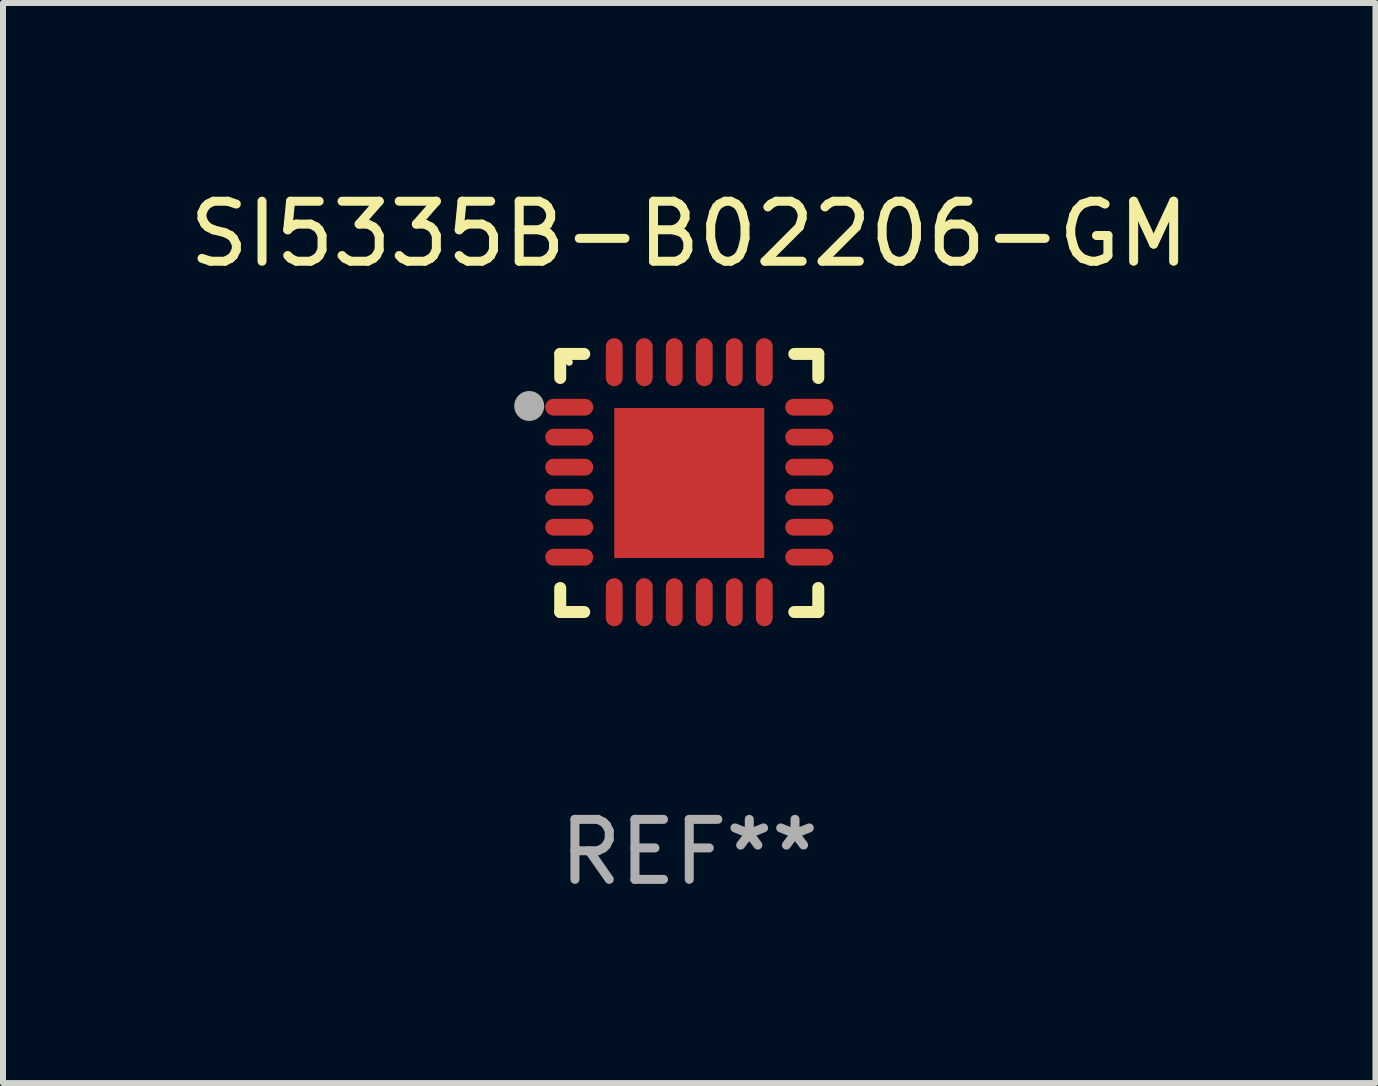
<source format=kicad_pcb>
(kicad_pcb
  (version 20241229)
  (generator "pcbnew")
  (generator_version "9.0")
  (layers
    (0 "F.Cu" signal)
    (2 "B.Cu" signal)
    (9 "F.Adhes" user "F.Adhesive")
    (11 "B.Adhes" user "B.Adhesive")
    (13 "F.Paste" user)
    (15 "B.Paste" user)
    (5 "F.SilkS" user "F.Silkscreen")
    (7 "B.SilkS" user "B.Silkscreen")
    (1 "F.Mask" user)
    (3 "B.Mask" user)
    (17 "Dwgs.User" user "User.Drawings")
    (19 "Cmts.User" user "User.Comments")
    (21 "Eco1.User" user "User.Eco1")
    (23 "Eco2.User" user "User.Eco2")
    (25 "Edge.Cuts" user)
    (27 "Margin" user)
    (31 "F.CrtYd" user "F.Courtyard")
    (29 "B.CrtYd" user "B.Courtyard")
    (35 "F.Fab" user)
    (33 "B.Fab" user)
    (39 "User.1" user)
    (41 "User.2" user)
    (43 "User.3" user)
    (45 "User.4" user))
  (footprint "SI5335B-B02206-GM"
    (layer "F.Cu")
    (at 8.435 4.998)
    (property "Reference" "SI5335B-B02206-GM" (at 0 -4.15 0) (layer "F.SilkS") (effects (font (size 1 1) (thickness 0.15))))
    (attr through_hole)
    (fp_line (start -2.15 -2.15) (end -1.75 -2.15) (stroke (width 0.2) (type solid)) (layer "F.SilkS"))
    (fp_line (start -2.15 -1.75) (end -2.15 -2.15) (stroke (width 0.2) (type solid)) (layer "F.SilkS"))
    (fp_line (start -2.15 2.15) (end -2.15 1.75) (stroke (width 0.2) (type solid)) (layer "F.SilkS"))
    (fp_line (start -1.75 2.15) (end -2.15 2.15) (stroke (width 0.2) (type solid)) (layer "F.SilkS"))
    (fp_line (start 1.75 -2.15) (end 2.15 -2.15) (stroke (width 0.2) (type solid)) (layer "F.SilkS"))
    (fp_line (start 1.75 2.15) (end 2.15 2.15) (stroke (width 0.2) (type solid)) (layer "F.SilkS"))
    (fp_line (start 2.15 -2.15) (end 2.15 -1.75) (stroke (width 0.2) (type solid)) (layer "F.SilkS"))
    (fp_line (start 2.15 2.15) (end 2.15 1.75) (stroke (width 0.2) (type solid)) (layer "F.SilkS"))
    (fp_circle (center -2 -2.013) (end -1.97 -2.013) (stroke (width 0.06) (type solid)) (fill no) (layer "F.SilkS"))
    (fp_circle (center -2.667 -1.283) (end -2.542 -1.283) (stroke (width 0.25) (type solid)) (fill no) (layer "F.Fab"))
    (fp_text user "REF**" (at 0 6.15 0) (layer "F.Fab") (effects (font (size 1 1) (thickness 0.15))))
    (pad "1" smd oval (at -2 -1.263) (size 0.8 0.28) (layers "F.Cu" "F.Mask" "F.Paste"))
    (pad "2" smd oval (at -2 -0.763) (size 0.8 0.28) (layers "F.Cu" "F.Mask" "F.Paste"))
    (pad "3" smd oval (at -2 -0.263) (size 0.8 0.28) (layers "F.Cu" "F.Mask" "F.Paste"))
    (pad "4" smd oval (at -2 0.237) (size 0.8 0.28) (layers "F.Cu" "F.Mask" "F.Paste"))
    (pad "5" smd oval (at -2 0.737) (size 0.8 0.28) (layers "F.Cu" "F.Mask" "F.Paste"))
    (pad "6" smd oval (at -2 1.237) (size 0.8 0.28) (layers "F.Cu" "F.Mask" "F.Paste"))
    (pad "7" smd oval (at -1.25 1.987) (size 0.28 0.8) (layers "F.Cu" "F.Mask" "F.Paste"))
    (pad "8" smd oval (at -0.75 1.987) (size 0.28 0.8) (layers "F.Cu" "F.Mask" "F.Paste"))
    (pad "9" smd oval (at -0.25 1.987) (size 0.28 0.8) (layers "F.Cu" "F.Mask" "F.Paste"))
    (pad "10" smd oval (at 0.25 1.987) (size 0.28 0.8) (layers "F.Cu" "F.Mask" "F.Paste"))
    (pad "11" smd oval (at 0.75 1.987) (size 0.28 0.8) (layers "F.Cu" "F.Mask" "F.Paste"))
    (pad "12" smd oval (at 1.25 1.987) (size 0.28 0.8) (layers "F.Cu" "F.Mask" "F.Paste"))
    (pad "13" smd oval (at 2 1.237) (size 0.8 0.28) (layers "F.Cu" "F.Mask" "F.Paste"))
    (pad "14" smd oval (at 2 0.737) (size 0.8 0.28) (layers "F.Cu" "F.Mask" "F.Paste"))
    (pad "15" smd oval (at 2 0.237) (size 0.8 0.28) (layers "F.Cu" "F.Mask" "F.Paste"))
    (pad "16" smd oval (at 2 -0.263) (size 0.8 0.28) (layers "F.Cu" "F.Mask" "F.Paste"))
    (pad "17" smd oval (at 2 -0.763) (size 0.8 0.28) (layers "F.Cu" "F.Mask" "F.Paste"))
    (pad "18" smd oval (at 2 -1.263) (size 0.8 0.28) (layers "F.Cu" "F.Mask" "F.Paste"))
    (pad "19" smd oval (at 1.25 -2.013) (size 0.28 0.8) (layers "F.Cu" "F.Mask" "F.Paste"))
    (pad "20" smd oval (at 0.75 -2.013) (size 0.28 0.8) (layers "F.Cu" "F.Mask" "F.Paste"))
    (pad "21" smd oval (at 0.25 -2.013) (size 0.28 0.8) (layers "F.Cu" "F.Mask" "F.Paste"))
    (pad "22" smd oval (at -0.25 -2.013) (size 0.28 0.8) (layers "F.Cu" "F.Mask" "F.Paste"))
    (pad "23" smd oval (at -0.75 -2.013) (size 0.28 0.8) (layers "F.Cu" "F.Mask" "F.Paste"))
    (pad "24" smd oval (at -1.25 -2.013) (size 0.28 0.8) (layers "F.Cu" "F.Mask" "F.Paste"))
    (pad "25" smd rect (at -0.000127 -0.00014) (size 2.5 2.5) (layers "F.Cu" "F.Mask" "F.Paste")))
  (gr_rect
    (start -3 -3)
    (end 19.869 14.997)
    (stroke (width 0.1) (type default))
    (fill no)
    (layer "Edge.Cuts")))
</source>
